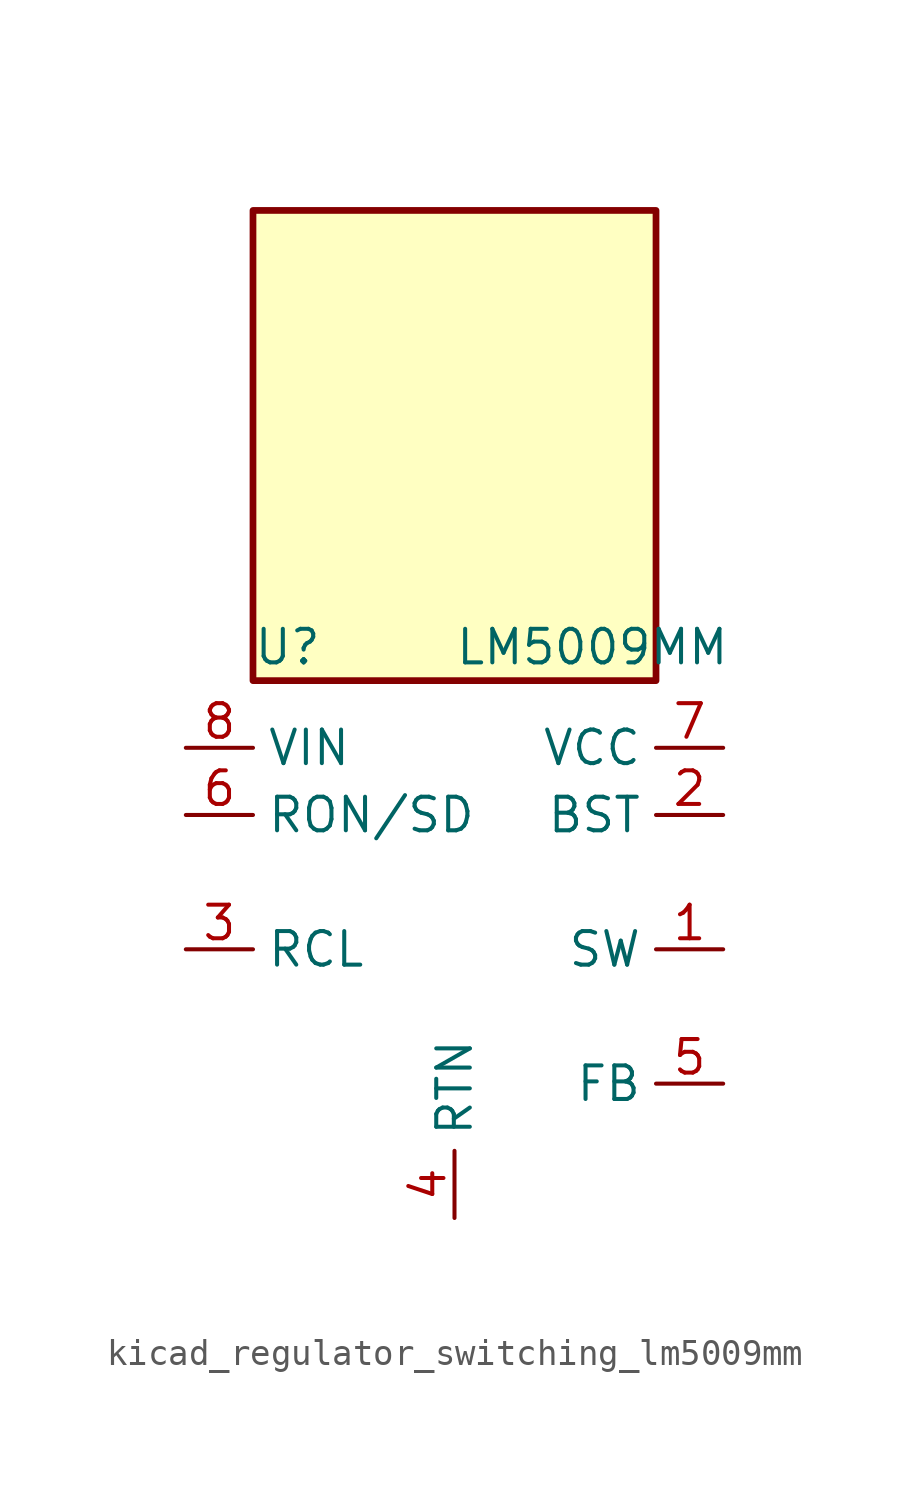
<source format=kicad_sym>
(kicad_symbol_lib
  (version 20220914)
  (generator kicad_symbol_editor)
  (symbol "kicad_regulator_switching_lm5009mm"
    (property "Reference" "U"
      (at -7.62 8.89 0)
      (effects (font (size 1.27 1.27)) (justify left)))
    (property "Value" "LM5009MM"
      (at 0 8.89 0)
      (effects (font (size 1.27 1.27)) (justify left)))
    (symbol "kicad_regulator_switching_lm5009mm_0_1"
      (rectangle (start 7.62 25.4) (end -7.62 7.62) (stroke (width 0.254) (type default)) (fill (type background))))
    (symbol "kicad_regulator_switching_lm5009mm_1_1"
      (pin output line (at 10.16 -2.54 180) (length 2.54) (name "SW" (effects (font (size 1.27 1.27)))) (number "1" (effects (font (size 1.27 1.27)))))
      (pin input line (at 10.16 2.54 180) (length 2.54) (name "BST" (effects (font (size 1.27 1.27)))) (number "2" (effects (font (size 1.27 1.27)))))
      (pin input line (at -10.16 -2.54 0) (length 2.54) (name "RCL" (effects (font (size 1.27 1.27)))) (number "3" (effects (font (size 1.27 1.27)))))
      (pin power_in line (at 0 -12.7 90) (length 2.54) (name "RTN" (effects (font (size 1.27 1.27)))) (number "4" (effects (font (size 1.27 1.27)))))
      (pin input line (at 10.16 -7.62 180) (length 2.54) (name "FB" (effects (font (size 1.27 1.27)))) (number "5" (effects (font (size 1.27 1.27)))))
      (pin input line (at -10.16 2.54 0) (length 2.54) (name "RON/SD" (effects (font (size 1.27 1.27)))) (number "6" (effects (font (size 1.27 1.27)))))
      (pin output line (at 10.16 5.08 180) (length 2.54) (name "VCC" (effects (font (size 1.27 1.27)))) (number "7" (effects (font (size 1.27 1.27)))))
      (pin power_in line (at -10.16 5.08 0) (length 2.54) (name "VIN" (effects (font (size 1.27 1.27)))) (number "8" (effects (font (size 1.27 1.27))))))))
</source>
